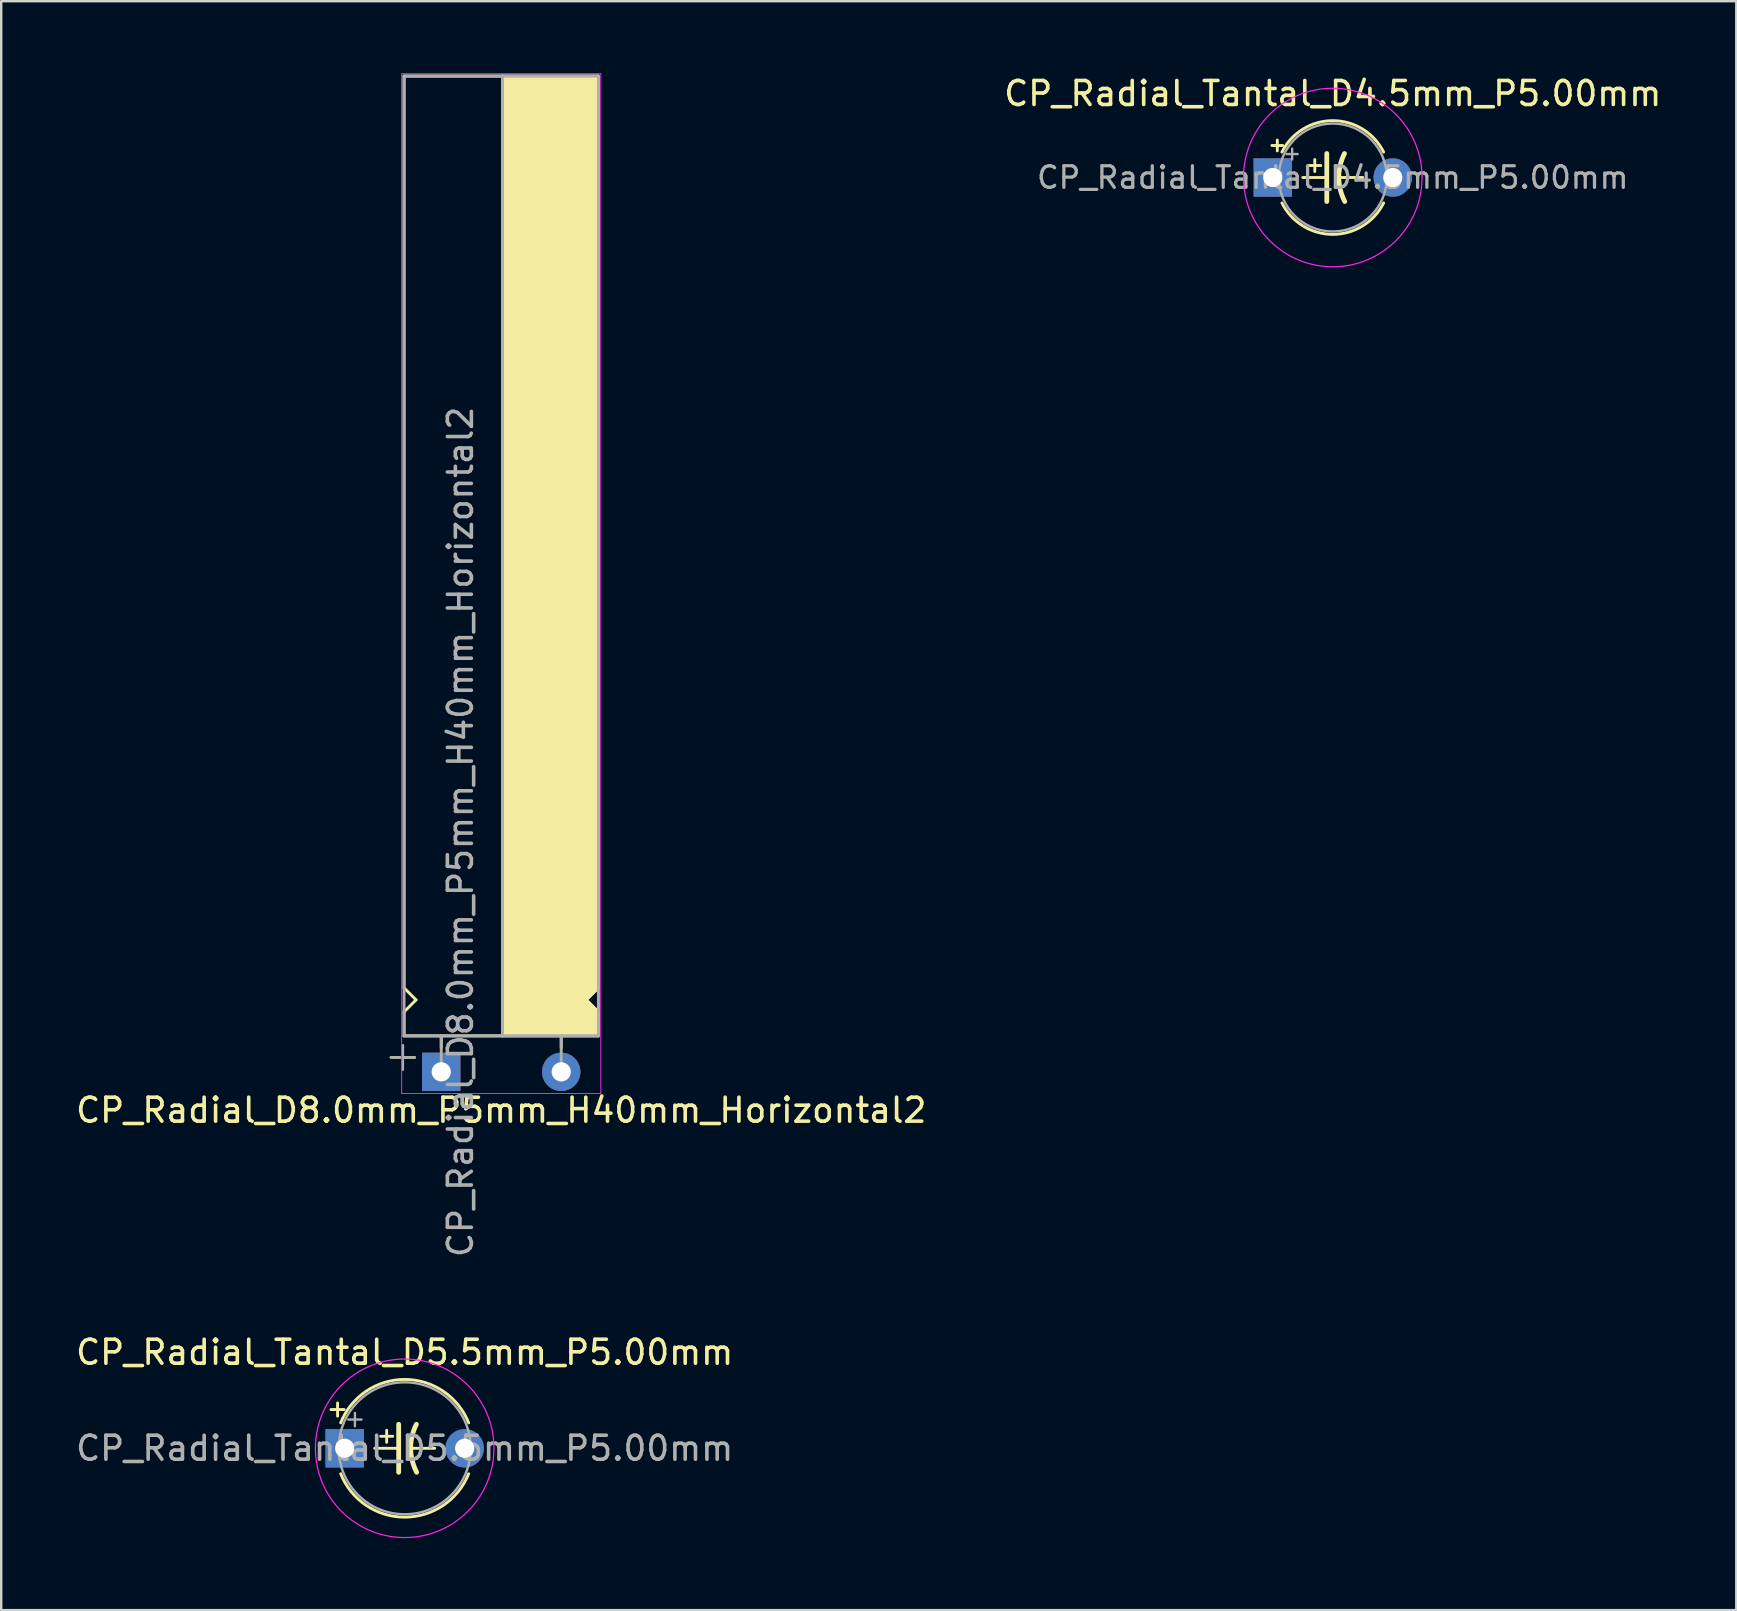
<source format=kicad_pcb>
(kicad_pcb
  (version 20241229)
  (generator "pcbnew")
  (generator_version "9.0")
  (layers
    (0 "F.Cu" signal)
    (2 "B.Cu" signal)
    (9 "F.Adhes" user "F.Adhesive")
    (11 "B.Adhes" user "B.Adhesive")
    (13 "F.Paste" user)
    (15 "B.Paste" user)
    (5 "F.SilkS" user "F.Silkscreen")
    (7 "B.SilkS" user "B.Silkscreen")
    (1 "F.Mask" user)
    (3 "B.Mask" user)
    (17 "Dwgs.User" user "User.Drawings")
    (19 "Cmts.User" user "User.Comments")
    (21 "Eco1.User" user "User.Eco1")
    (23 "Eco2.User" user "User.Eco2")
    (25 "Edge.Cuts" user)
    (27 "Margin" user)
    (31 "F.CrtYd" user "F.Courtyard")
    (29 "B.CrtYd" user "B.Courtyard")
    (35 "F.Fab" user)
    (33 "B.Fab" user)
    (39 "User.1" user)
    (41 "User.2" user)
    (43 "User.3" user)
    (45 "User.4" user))
  (footprint "CP_Radial_Tantal_D4.5mm_P5.00mm"
    (layer "F.Cu")
    (at 49.994 4.348)
    (property "Reference" "CP_Radial_Tantal_D4.5mm_P5.00mm" (at 2.5 -3.5 0) (layer "F.SilkS") (effects (font (size 1 1) (thickness 0.15))))
    (attr through_hole)
    (fp_line (start -0.037 -1.335) (end 0.413 -1.335) (stroke (width 0.12) (type solid)) (layer "F.SilkS"))
    (fp_line (start 0.188 -1.56) (end 0.188 -1.11) (stroke (width 0.12) (type solid)) (layer "F.SilkS"))
    (fp_line (start 1.25 0) (end 2.25 0) (stroke (width 0.12) (type solid)) (layer "F.SilkS"))
    (fp_line (start 1.5 -0.5) (end 2 -0.5) (stroke (width 0.12) (type solid)) (layer "F.SilkS"))
    (fp_line (start 1.75 -0.25) (end 1.75 -0.75) (stroke (width 0.12) (type solid)) (layer "F.SilkS"))
    (fp_line (start 2.25 -1) (end 2.25 1) (stroke (width 0.2) (type solid)) (layer "F.SilkS"))
    (fp_line (start 3.75 0) (end 2.75 0) (stroke (width 0.12) (type solid)) (layer "F.SilkS"))
    (fp_arc (start 0.380259 -1.06) (mid 2.5 -2.37) (end 4.619741 -1.06) (stroke (width 0.12) (type solid)) (layer "F.SilkS"))
    (fp_arc (start 2.75 0) (mid 2.810254 -0.5139) (end 2.987539 -1) (stroke (width 0.2) (type solid)) (layer "F.SilkS"))
    (fp_arc (start 3 1) (mid 2.816706 0.514574) (end 2.75 0) (stroke (width 0.2) (type solid)) (layer "F.SilkS"))
    (fp_arc (start 4.619741 1.06) (mid 2.5 2.37) (end 0.380259 1.06) (stroke (width 0.12) (type solid)) (layer "F.SilkS"))
    (fp_circle (center 2.5 0) (end 6.22 0) (stroke (width 0.05) (type solid)) (fill no) (layer "F.CrtYd"))
    (fp_line (start 0.582 -0.978) (end 1.032 -0.978) (stroke (width 0.1) (type solid)) (layer "F.Fab"))
    (fp_line (start 0.807 -1.202) (end 0.807 -0.752) (stroke (width 0.1) (type solid)) (layer "F.Fab"))
    (fp_circle (center 2.5 0) (end 4.75 0) (stroke (width 0.1) (type solid)) (fill no) (layer "F.Fab"))
    (fp_text user "${REFERENCE}" (at 2.5 0 0) (layer "F.Fab") (effects (font (size 0.9 0.9) (thickness 0.135))))
    (pad "1" thru_hole rect (at 0 0) (size 1.6 1.6) (drill 0.8) (layers "*.Cu" "*.Mask"))
    (pad "2" thru_hole circle (at 5 0) (size 1.6 1.6) (drill 0.8) (layers "*.Cu" "*.Mask")))
  (footprint "CP_Radial_D8.0mm_P5mm_H40mm_Horizontal2"
    (layer "F.Cu")
    (at 16.139 41.62)
    (property "Reference" "CP_Radial_D8.0mm_P5mm_H40mm_Horizontal2" (at 1.7 1.6 0) (layer "F.SilkS") (effects (font (size 1 1) (thickness 0.15))))
    (attr through_hole)
    (fp_line (start -2.9 -0.6) (end -1.9 -0.6) (stroke (width 0.1) (type solid)) (layer "F.SilkS"))
    (fp_line (start -2.4 -0.1) (end -2.4 -1.1) (stroke (width 0.1) (type solid)) (layer "F.SilkS"))
    (fp_line (start -2.35 -41.5) (end 5.75 -41.5) (stroke (width 0.12) (type solid)) (layer "F.SilkS"))
    (fp_line (start -2.35 -3.5) (end -2.35 -41.5) (stroke (width 0.12) (type solid)) (layer "F.SilkS"))
    (fp_line (start -2.35 -3.5) (end -1.85 -3) (stroke (width 0.12) (type solid)) (layer "F.SilkS"))
    (fp_line (start -2.35 -2.5) (end -2.35 -1.5) (stroke (width 0.12) (type solid)) (layer "F.SilkS"))
    (fp_line (start -2.35 -1.5) (end 5.75 -1.5) (stroke (width 0.12) (type solid)) (layer "F.SilkS"))
    (fp_line (start -1.85 -3) (end -2.35 -2.5) (stroke (width 0.12) (type solid)) (layer "F.SilkS"))
    (fp_line (start -0.8 -1) (end -0.8 -1.5) (stroke (width 0.12) (type solid)) (layer "F.SilkS"))
    (fp_line (start 1.75 -41.5) (end 1.75 -1.5) (stroke (width 0.12) (type solid)) (layer "F.SilkS"))
    (fp_line (start 4.2 -1) (end 4.2 -1.5) (stroke (width 0.12) (type solid)) (layer "F.SilkS"))
    (fp_line (start 5.25 -3) (end 5.75 -2.5) (stroke (width 0.12) (type solid)) (layer "F.SilkS"))
    (fp_line (start 5.75 -21.5) (end 5.65 -21.5) (stroke (width 0.12) (type solid)) (layer "F.SilkS"))
    (fp_line (start 5.75 -3.5) (end 5.25 -3) (stroke (width 0.12) (type solid)) (layer "F.SilkS"))
    (fp_line (start 5.75 -3.5) (end 5.75 -41.5) (stroke (width 0.12) (type solid)) (layer "F.SilkS"))
    (fp_line (start 5.75 -2.5) (end 5.75 -1.5) (stroke (width 0.12) (type solid)) (layer "F.SilkS"))
    (fp_poly (pts (xy 5.75 -2.5) (xy 5.25 -3) (xy 5.75 -3.5) (xy 5.75 -41.5) (xy 1.75 -41.5) (xy 1.75 -1.5) (xy 5.75 -1.5)) (stroke (width 0.1) (type solid)) (fill yes) (layer "F.SilkS"))
    (fp_line (start -2.45 -41.6) (end -2.45 -1.5) (stroke (width 0.04) (type solid)) (layer "F.CrtYd"))
    (fp_line (start -2.45 -1.5) (end -2.45 0.9) (stroke (width 0.04) (type solid)) (layer "F.CrtYd"))
    (fp_line (start -2.45 0.9) (end 5.85 0.9) (stroke (width 0.04) (type solid)) (layer "F.CrtYd"))
    (fp_line (start 5.85 -41.6) (end -2.45 -41.6) (stroke (width 0.04) (type solid)) (layer "F.CrtYd"))
    (fp_line (start 5.85 0.9) (end 5.85 -41.6) (stroke (width 0.04) (type solid)) (layer "F.CrtYd"))
    (fp_line (start -2.9 -0.6) (end -1.9 -0.6) (stroke (width 0.1) (type solid)) (layer "F.Fab"))
    (fp_line (start -2.4 -0.1) (end -2.4 -1.1) (stroke (width 0.1) (type solid)) (layer "F.Fab"))
    (fp_line (start -2.35 -41.5) (end -2.35 -1.5) (stroke (width 0.12) (type solid)) (layer "F.Fab"))
    (fp_line (start -2.35 -1.5) (end 5.75 -1.5) (stroke (width 0.12) (type solid)) (layer "F.Fab"))
    (fp_line (start -0.8 -1.5) (end -0.8 0) (stroke (width 0.12) (type solid)) (layer "F.Fab"))
    (fp_line (start 1.75 -1.5) (end 1.75 -41.5) (stroke (width 0.12) (type solid)) (layer "F.Fab"))
    (fp_line (start 4.2 -1.5) (end 4.2 0) (stroke (width 0.12) (type solid)) (layer "F.Fab"))
    (fp_line (start 5.75 -41.5) (end -2.35 -41.5) (stroke (width 0.12) (type solid)) (layer "F.Fab"))
    (fp_line (start 5.75 -1.5) (end 5.75 -41.5) (stroke (width 0.12) (type solid)) (layer "F.Fab"))
    (fp_poly (pts (xy 5.75 -41.5) (xy 1.75 -41.5) (xy 1.75 -1.5) (xy 5.75 -1.5)) (stroke (width 0.1) (type solid)) (fill no) (layer "F.Fab"))
    (fp_text user "${REFERENCE}" (at 0 -10 90) (layer "F.Fab") (effects (font (size 1 1) (thickness 0.15))))
    (pad "1" thru_hole rect (at -0.8 0) (size 1.6 1.6) (drill 0.8) (layers "*.Cu" "*.Mask"))
    (pad "2" thru_hole circle (at 4.2 0) (size 1.6 1.6) (drill 0.8) (layers "*.Cu" "*.Mask")))
  (footprint "CP_Radial_Tantal_D5.5mm_P5.00mm"
    (layer "F.Cu")
    (at 11.315 57.308)
    (property "Reference" "CP_Radial_Tantal_D5.5mm_P5.00mm" (at 2.5 -4 0) (layer "F.SilkS") (effects (font (size 1 1) (thickness 0.15))))
    (attr through_hole)
    (fp_line (start -0.572 -1.615) (end -0.022 -1.615) (stroke (width 0.12) (type solid)) (layer "F.SilkS"))
    (fp_line (start -0.297 -1.89) (end -0.297 -1.34) (stroke (width 0.12) (type solid)) (layer "F.SilkS"))
    (fp_line (start 1.25 0) (end 2.25 0) (stroke (width 0.12) (type solid)) (layer "F.SilkS"))
    (fp_line (start 1.5 -0.5) (end 2 -0.5) (stroke (width 0.12) (type solid)) (layer "F.SilkS"))
    (fp_line (start 1.75 -0.25) (end 1.75 -0.75) (stroke (width 0.12) (type solid)) (layer "F.SilkS"))
    (fp_line (start 2.25 -1) (end 2.25 1) (stroke (width 0.2) (type solid)) (layer "F.SilkS"))
    (fp_line (start 3.75 0) (end 2.75 0) (stroke (width 0.12) (type solid)) (layer "F.SilkS"))
    (fp_arc (start -0.167077 -1.06) (mid 2.5 -2.87) (end 5.167077 -1.06) (stroke (width 0.12) (type solid)) (layer "F.SilkS"))
    (fp_arc (start 2.75 0) (mid 2.810254 -0.5139) (end 2.987539 -1) (stroke (width 0.2) (type solid)) (layer "F.SilkS"))
    (fp_arc (start 3 1) (mid 2.816707 0.514573) (end 2.75 0) (stroke (width 0.2) (type solid)) (layer "F.SilkS"))
    (fp_arc (start 5.167077 1.06) (mid 2.5 2.87) (end -0.167077 1.06) (stroke (width 0.12) (type solid)) (layer "F.SilkS"))
    (fp_circle (center 2.5 0) (end 6.22 0) (stroke (width 0.05) (type solid)) (fill no) (layer "F.CrtYd"))
    (fp_line (start 0.151 -1.198) (end 0.701 -1.198) (stroke (width 0.1) (type solid)) (layer "F.Fab"))
    (fp_line (start 0.426 -1.472) (end 0.426 -0.922) (stroke (width 0.1) (type solid)) (layer "F.Fab"))
    (fp_circle (center 2.5 0) (end 5.25 0) (stroke (width 0.1) (type solid)) (fill no) (layer "F.Fab"))
    (fp_text user "${REFERENCE}" (at 2.5 0 0) (layer "F.Fab") (effects (font (size 1 1) (thickness 0.15))))
    (pad "1" thru_hole rect (at 0 0) (size 1.6 1.6) (drill 0.8) (layers "*.Cu" "*.Mask"))
    (pad "2" thru_hole circle (at 5 0) (size 1.6 1.6) (drill 0.8) (layers "*.Cu" "*.Mask")))
  (gr_rect
    (start -3 -3)
    (end 69.31 64.053)
    (stroke (width 0.1) (type default))
    (fill no)
    (layer "Edge.Cuts")))
</source>
